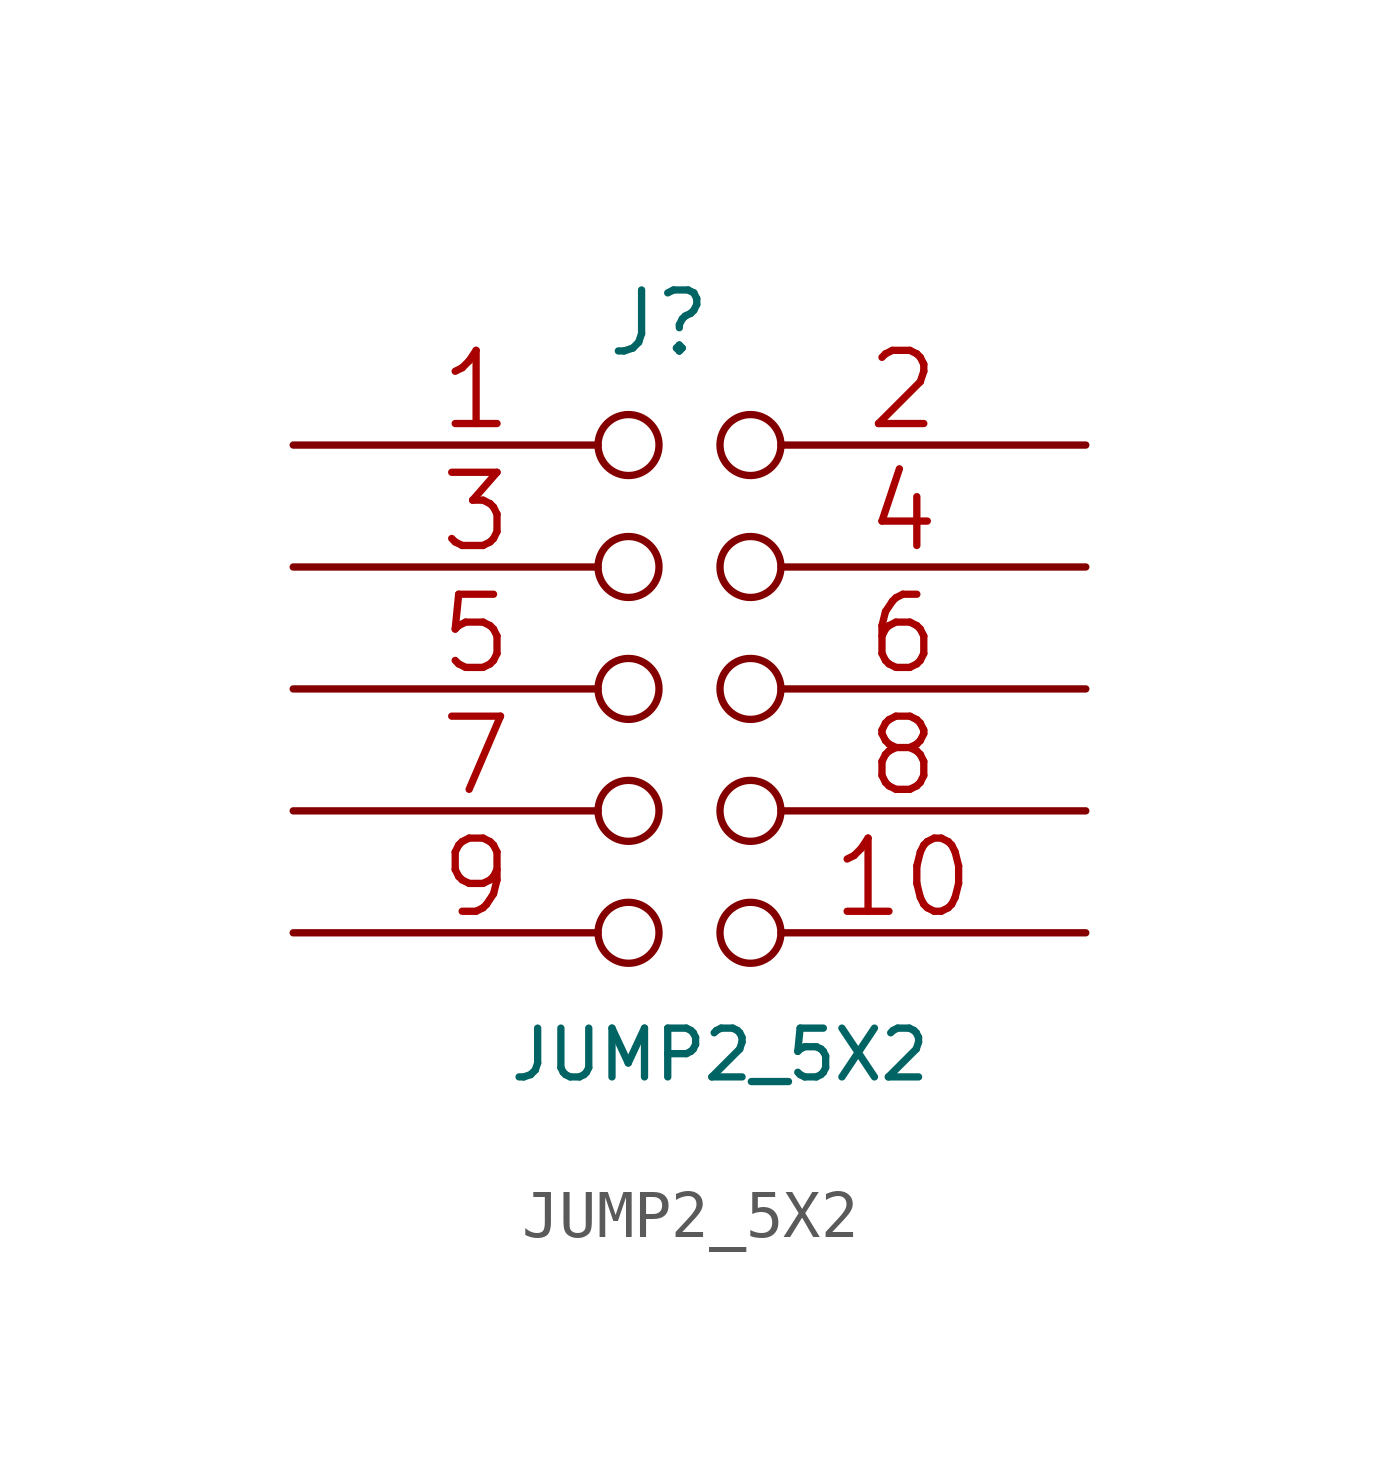
<source format=kicad_sym>
(kicad_symbol_lib
  (version 20211014)
  (generator kicad_symbol_editor)
  (symbol "JUMP2_5X2"
    (pin_names
      (offset 1.016) hide)
    (property "Reference" "J"
      (at -2.54 6.35 0)
      (effects (font (size 1.27 1.27))))
    (property "Value" "JUMP2_5X2"
      (at -1.27 -8.89 0)
      (effects (font (size 1.016 1.016))))
    (property "Footprint" ""
      (at 0 0 0)
      (effects (font (size 1.524 1.524))))
    (property "Datasheet" ""
      (at 0 0 0)
      (effects (font (size 1.524 1.524))))
    (symbol "JUMP2_5X2_1_1"
      (pin passive inverted (at -10.16 3.81 0) (length 7.62) (name "1" (effects (font (size 1.524 1.524)))) (number "1" (effects (font (size 1.524 1.524)))))
      (pin passive inverted (at 6.35 -6.35 180) (length 7.62) (name "10" (effects (font (size 1.524 1.524)))) (number "10" (effects (font (size 1.524 1.524)))))
      (pin passive inverted (at 6.35 3.81 180) (length 7.62) (name "2" (effects (font (size 1.524 1.524)))) (number "2" (effects (font (size 1.524 1.524)))))
      (pin passive inverted (at -10.16 1.27 0) (length 7.62) (name "3" (effects (font (size 1.524 1.524)))) (number "3" (effects (font (size 1.524 1.524)))))
      (pin passive inverted (at 6.35 1.27 180) (length 7.62) (name "4" (effects (font (size 1.524 1.524)))) (number "4" (effects (font (size 1.524 1.524)))))
      (pin passive inverted (at -10.16 -1.27 0) (length 7.62) (name "5" (effects (font (size 1.524 1.524)))) (number "5" (effects (font (size 1.524 1.524)))))
      (pin passive inverted (at 6.35 -1.27 180) (length 7.62) (name "6" (effects (font (size 1.524 1.524)))) (number "6" (effects (font (size 1.524 1.524)))))
      (pin passive inverted (at -10.16 -3.81 0) (length 7.62) (name "7" (effects (font (size 1.524 1.524)))) (number "7" (effects (font (size 1.524 1.524)))))
      (pin passive inverted (at 6.35 -3.81 180) (length 7.62) (name "8" (effects (font (size 1.524 1.524)))) (number "8" (effects (font (size 1.524 1.524)))))
      (pin passive inverted (at -10.16 -6.35 0) (length 7.62) (name "9" (effects (font (size 1.524 1.524)))) (number "9" (effects (font (size 1.524 1.524))))))))
</source>
